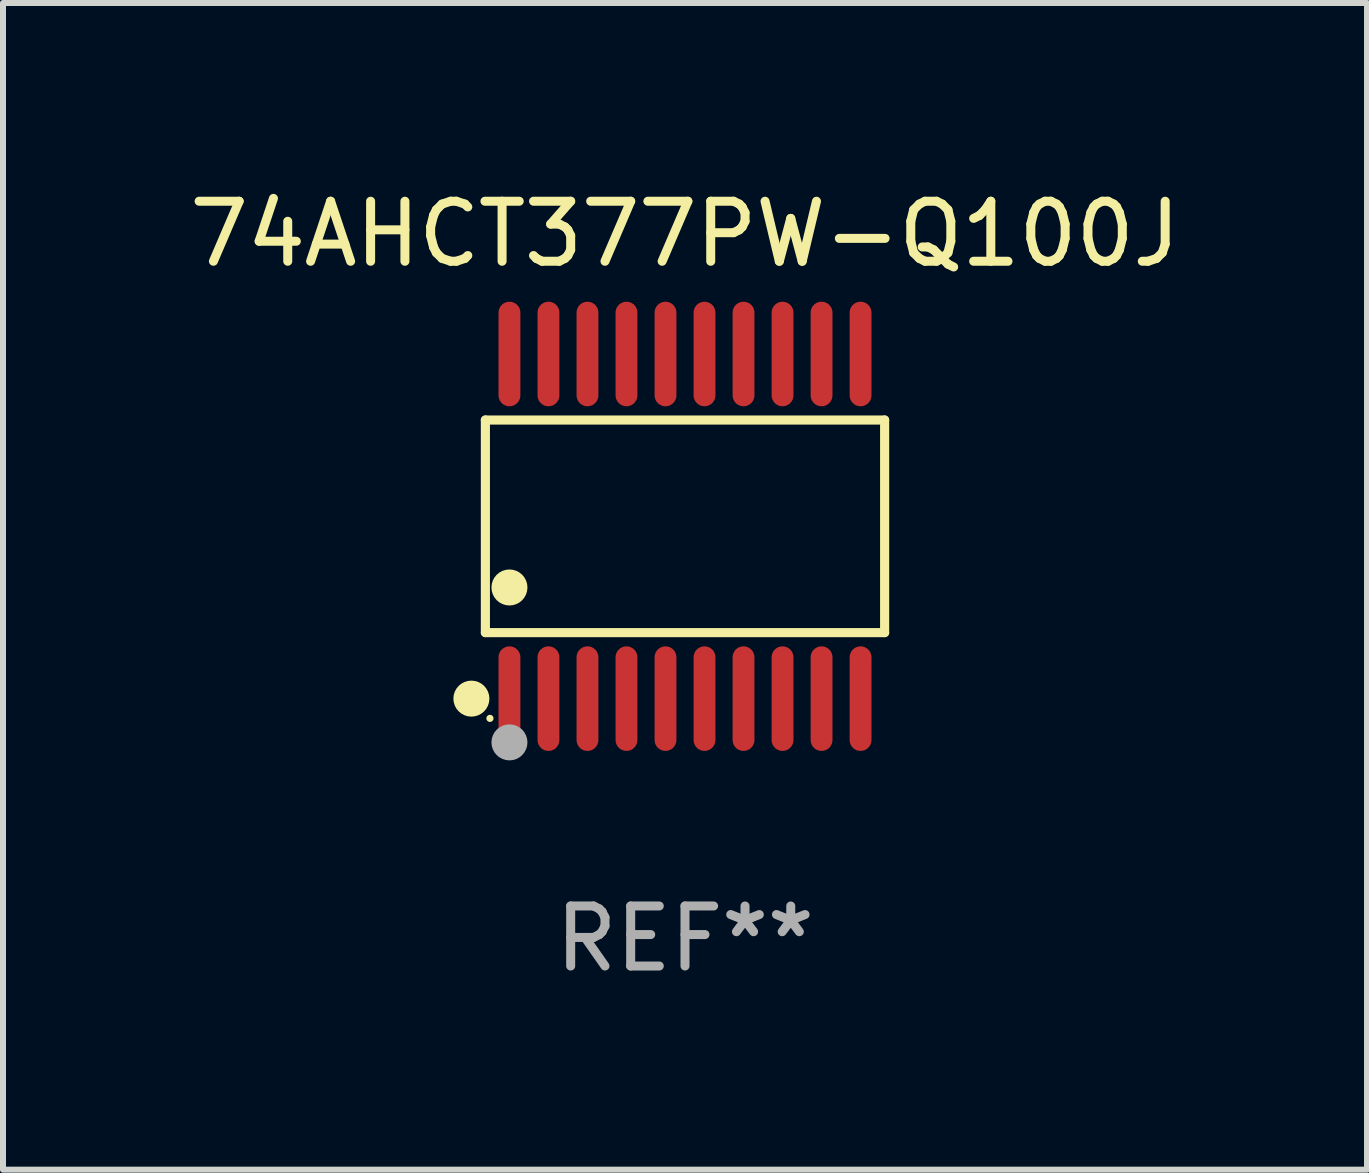
<source format=kicad_pcb>
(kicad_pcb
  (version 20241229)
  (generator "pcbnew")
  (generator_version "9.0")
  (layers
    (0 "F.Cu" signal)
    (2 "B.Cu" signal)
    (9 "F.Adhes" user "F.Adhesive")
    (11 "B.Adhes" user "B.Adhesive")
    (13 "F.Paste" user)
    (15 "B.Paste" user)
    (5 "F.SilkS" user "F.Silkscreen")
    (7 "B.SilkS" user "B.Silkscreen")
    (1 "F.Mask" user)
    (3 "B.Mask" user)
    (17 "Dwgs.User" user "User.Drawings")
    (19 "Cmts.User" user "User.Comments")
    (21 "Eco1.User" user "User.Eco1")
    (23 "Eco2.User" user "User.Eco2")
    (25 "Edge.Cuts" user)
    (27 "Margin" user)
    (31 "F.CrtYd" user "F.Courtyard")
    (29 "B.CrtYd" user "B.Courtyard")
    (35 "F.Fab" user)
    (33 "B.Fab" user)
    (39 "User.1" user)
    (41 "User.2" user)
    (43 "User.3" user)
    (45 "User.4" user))
  (footprint "74AHCT377PW-Q100J"
    (layer "F.Cu")
    (at 8.363 5.719)
    (property "Reference" "74AHCT377PW-Q100J" (at 0 -4.871 0) (layer "F.SilkS") (effects (font (size 1 1) (thickness 0.15))))
    (attr through_hole)
    (fp_line (start -3.326 -1.771) (end 3.326 -1.771) (stroke (width 0.152) (type solid)) (layer "F.SilkS"))
    (fp_line (start -3.326 1.771) (end -3.326 -1.771) (stroke (width 0.152) (type solid)) (layer "F.SilkS"))
    (fp_line (start 3.326 -1.771) (end 3.326 1.771) (stroke (width 0.152) (type solid)) (layer "F.SilkS"))
    (fp_line (start 3.326 1.771) (end -3.326 1.771) (stroke (width 0.152) (type solid)) (layer "F.SilkS"))
    (fp_circle (center -3.559 2.871) (end -3.409 2.871) (stroke (width 0.3) (type solid)) (fill no) (layer "F.SilkS"))
    (fp_circle (center -3.25 3.2) (end -3.22 3.2) (stroke (width 0.06) (type solid)) (fill no) (layer "F.SilkS"))
    (fp_circle (center -2.925 1.019) (end -2.775 1.019) (stroke (width 0.3) (type solid)) (fill no) (layer "F.SilkS"))
    (fp_circle (center -2.925 3.6) (end -2.775 3.6) (stroke (width 0.3) (type solid)) (fill no) (layer "F.Fab"))
    (fp_text user "REF**" (at 0 6.871 0) (layer "F.Fab") (effects (font (size 1 1) (thickness 0.15))))
    (pad "1" smd oval (at -2.925 2.871) (size 0.364 1.742) (layers "F.Cu" "F.Mask" "F.Paste"))
    (pad "2" smd oval (at -2.275 2.871) (size 0.364 1.742) (layers "F.Cu" "F.Mask" "F.Paste"))
    (pad "3" smd oval (at -1.625 2.871) (size 0.364 1.742) (layers "F.Cu" "F.Mask" "F.Paste"))
    (pad "4" smd oval (at -0.975 2.871) (size 0.364 1.742) (layers "F.Cu" "F.Mask" "F.Paste"))
    (pad "5" smd oval (at -0.325 2.871) (size 0.364 1.742) (layers "F.Cu" "F.Mask" "F.Paste"))
    (pad "6" smd oval (at 0.325 2.871) (size 0.364 1.742) (layers "F.Cu" "F.Mask" "F.Paste"))
    (pad "7" smd oval (at 0.975 2.871) (size 0.364 1.742) (layers "F.Cu" "F.Mask" "F.Paste"))
    (pad "8" smd oval (at 1.625 2.871) (size 0.364 1.742) (layers "F.Cu" "F.Mask" "F.Paste"))
    (pad "9" smd oval (at 2.275 2.871) (size 0.364 1.742) (layers "F.Cu" "F.Mask" "F.Paste"))
    (pad "10" smd oval (at 2.925 2.871) (size 0.364 1.742) (layers "F.Cu" "F.Mask" "F.Paste"))
    (pad "11" smd oval (at 2.925 -2.871) (size 0.364 1.742) (layers "F.Cu" "F.Mask" "F.Paste"))
    (pad "12" smd oval (at 2.275 -2.871) (size 0.364 1.742) (layers "F.Cu" "F.Mask" "F.Paste"))
    (pad "13" smd oval (at 1.625 -2.871) (size 0.364 1.742) (layers "F.Cu" "F.Mask" "F.Paste"))
    (pad "14" smd oval (at 0.975 -2.871) (size 0.364 1.742) (layers "F.Cu" "F.Mask" "F.Paste"))
    (pad "15" smd oval (at 0.325 -2.871) (size 0.364 1.742) (layers "F.Cu" "F.Mask" "F.Paste"))
    (pad "16" smd oval (at -0.325 -2.871) (size 0.364 1.742) (layers "F.Cu" "F.Mask" "F.Paste"))
    (pad "17" smd oval (at -0.975 -2.871) (size 0.364 1.742) (layers "F.Cu" "F.Mask" "F.Paste"))
    (pad "18" smd oval (at -1.625 -2.871) (size 0.364 1.742) (layers "F.Cu" "F.Mask" "F.Paste"))
    (pad "19" smd oval (at -2.275 -2.871) (size 0.364 1.742) (layers "F.Cu" "F.Mask" "F.Paste"))
    (pad "20" smd oval (at -2.925 -2.871) (size 0.364 1.742) (layers "F.Cu" "F.Mask" "F.Paste")))
  (gr_rect
    (start -3 -3)
    (end 19.726 16.438)
    (stroke (width 0.1) (type default))
    (fill no)
    (layer "Edge.Cuts")))
</source>
